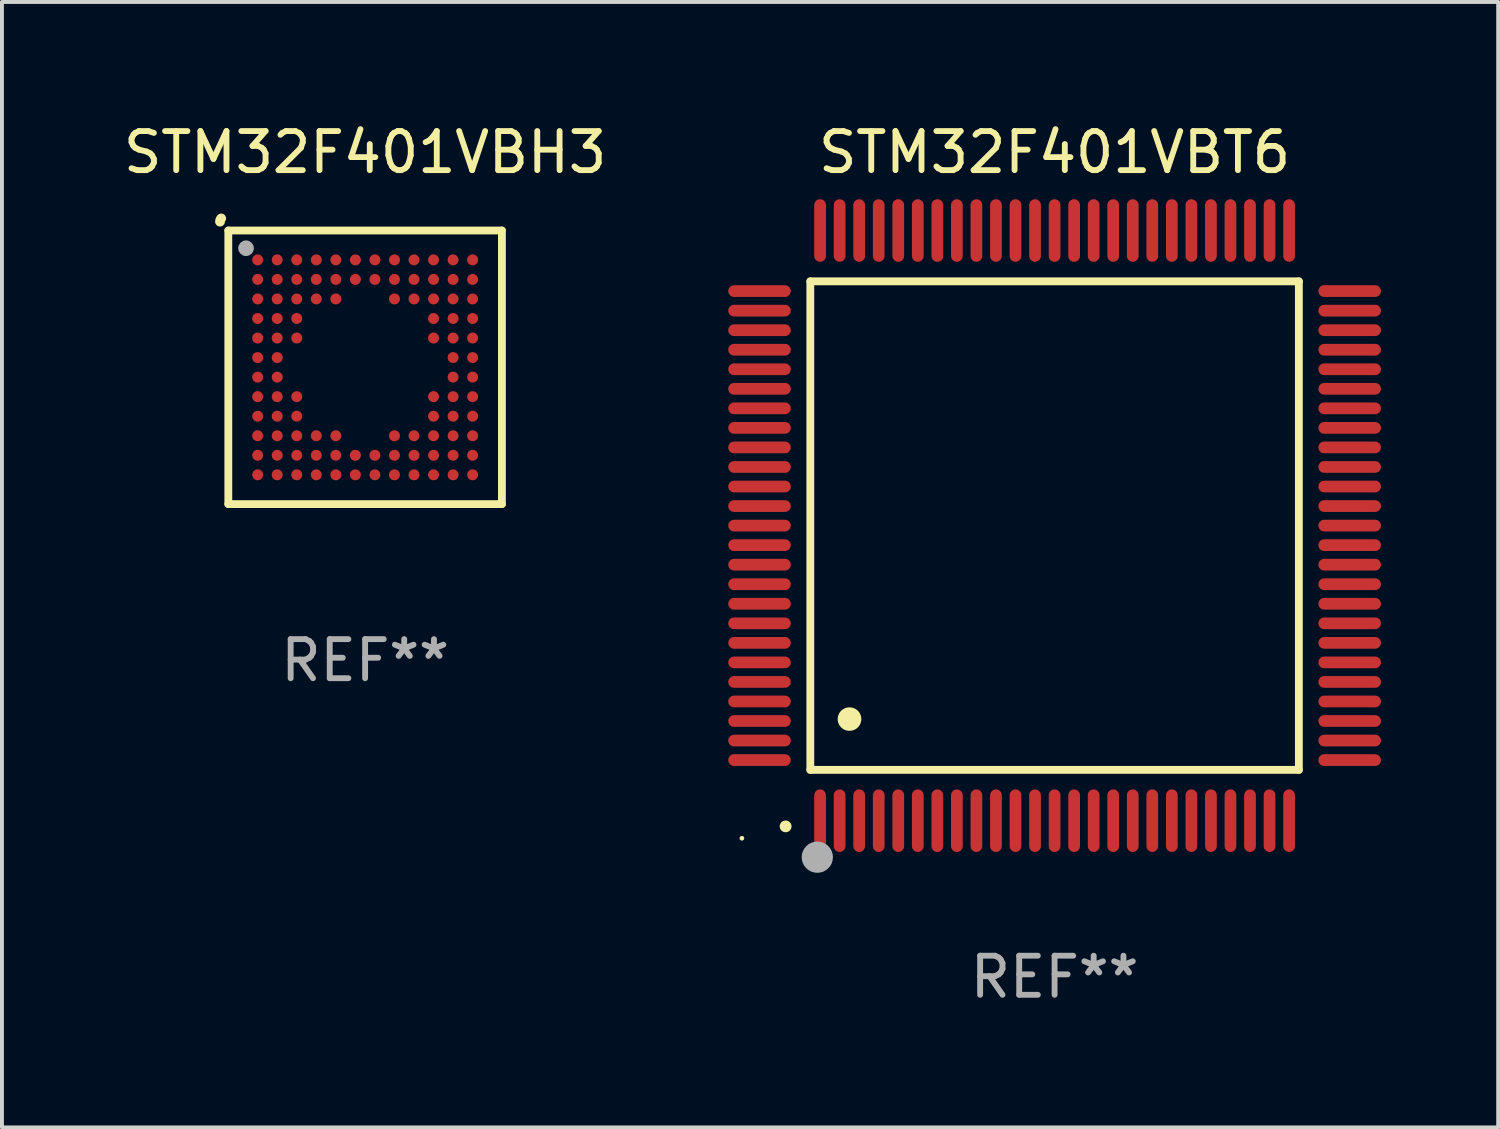
<source format=kicad_pcb>
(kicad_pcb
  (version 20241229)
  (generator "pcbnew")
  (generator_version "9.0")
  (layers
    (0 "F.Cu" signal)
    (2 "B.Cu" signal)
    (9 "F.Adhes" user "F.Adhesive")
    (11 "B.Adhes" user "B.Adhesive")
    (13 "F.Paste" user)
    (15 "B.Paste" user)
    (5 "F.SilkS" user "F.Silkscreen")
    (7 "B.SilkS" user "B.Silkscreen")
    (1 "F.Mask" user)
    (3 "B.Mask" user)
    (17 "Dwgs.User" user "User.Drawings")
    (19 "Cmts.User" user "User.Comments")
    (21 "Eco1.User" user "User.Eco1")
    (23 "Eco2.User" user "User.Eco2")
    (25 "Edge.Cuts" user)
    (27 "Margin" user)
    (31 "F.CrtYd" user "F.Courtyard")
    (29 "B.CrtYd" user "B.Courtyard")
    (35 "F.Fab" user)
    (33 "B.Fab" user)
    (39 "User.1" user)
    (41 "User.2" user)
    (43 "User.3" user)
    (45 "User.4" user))
  (footprint "STM32F401VBH3"
    (layer "F.Cu")
    (at 6.292 6.348)
    (property "Reference" "STM32F401VBH3" (at 0 -5.5 0) (layer "F.SilkS") (effects (font (size 1 1) (thickness 0.15))))
    (attr through_hole)
    (fp_line (start -3.5 -3.5) (end -3.5 3.5) (stroke (width 0.1) (type solid)) (layer "F.SilkS"))
    (fp_line (start -3.5 -3.5) (end -3.5 3.5) (stroke (width 0.2) (type solid)) (layer "F.SilkS"))
    (fp_line (start -3.5 3.5) (end 3.5 3.5) (stroke (width 0.1) (type solid)) (layer "F.SilkS"))
    (fp_line (start -3.5 3.5) (end 3.5 3.5) (stroke (width 0.2) (type solid)) (layer "F.SilkS"))
    (fp_line (start 3.5 -3.5) (end -3.5 -3.5) (stroke (width 0.1) (type solid)) (layer "F.SilkS"))
    (fp_line (start 3.5 -3.5) (end -3.5 -3.5) (stroke (width 0.2) (type solid)) (layer "F.SilkS"))
    (fp_line (start 3.5 3.5) (end 3.5 -3.5) (stroke (width 0.1) (type solid)) (layer "F.SilkS"))
    (fp_line (start 3.5 3.5) (end 3.5 -3.5) (stroke (width 0.2) (type solid)) (layer "F.SilkS"))
    (fp_arc (start -3.712967 -3.72719) (mid -3.705027 -3.770994) (end -3.682233 -3.809233) (stroke (width 0.249936) (type solid)) (layer "F.SilkS"))
    (fp_circle (center -3.499 -3.499) (end -3.469 -3.499) (stroke (width 0.06) (type solid)) (fill no) (layer "F.SilkS"))
    (fp_circle (center -3.047 -3.047) (end -2.947 -3.047) (stroke (width 0.2) (type solid)) (fill no) (layer "F.Fab"))
    (fp_text user "REF**" (at 0 7.5 0) (layer "F.Fab") (effects (font (size 1 1) (thickness 0.15))))
    (pad "A1" smd circle (at -2.749 -2.749) (size 0.28 0.28) (layers "F.Cu" "F.Mask" "F.Paste"))
    (pad "A2" smd circle (at -2.249 -2.749) (size 0.28 0.28) (layers "F.Cu" "F.Mask" "F.Paste"))
    (pad "A3" smd circle (at -1.749 -2.749) (size 0.28 0.28) (layers "F.Cu" "F.Mask" "F.Paste"))
    (pad "A4" smd circle (at -1.249 -2.749) (size 0.28 0.28) (layers "F.Cu" "F.Mask" "F.Paste"))
    (pad "A5" smd circle (at -0.749 -2.749) (size 0.28 0.28) (layers "F.Cu" "F.Mask" "F.Paste"))
    (pad "A6" smd circle (at -0.249 -2.749) (size 0.28 0.28) (layers "F.Cu" "F.Mask" "F.Paste"))
    (pad "A7" smd circle (at 0.251 -2.749) (size 0.28 0.28) (layers "F.Cu" "F.Mask" "F.Paste"))
    (pad "A8" smd circle (at 0.751 -2.749) (size 0.28 0.28) (layers "F.Cu" "F.Mask" "F.Paste"))
    (pad "A9" smd circle (at 1.251 -2.749) (size 0.28 0.28) (layers "F.Cu" "F.Mask" "F.Paste"))
    (pad "A10" smd circle (at 1.751 -2.749) (size 0.28 0.28) (layers "F.Cu" "F.Mask" "F.Paste"))
    (pad "A11" smd circle (at 2.251 -2.749) (size 0.28 0.28) (layers "F.Cu" "F.Mask" "F.Paste"))
    (pad "A12" smd circle (at 2.751 -2.749) (size 0.28 0.28) (layers "F.Cu" "F.Mask" "F.Paste"))
    (pad "B1" smd circle (at -2.749 -2.249) (size 0.28 0.28) (layers "F.Cu" "F.Mask" "F.Paste"))
    (pad "B2" smd circle (at -2.249 -2.249) (size 0.28 0.28) (layers "F.Cu" "F.Mask" "F.Paste"))
    (pad "B3" smd circle (at -1.749 -2.249) (size 0.28 0.28) (layers "F.Cu" "F.Mask" "F.Paste"))
    (pad "B4" smd circle (at -1.249 -2.249) (size 0.28 0.28) (layers "F.Cu" "F.Mask" "F.Paste"))
    (pad "B5" smd circle (at -0.749 -2.249) (size 0.28 0.28) (layers "F.Cu" "F.Mask" "F.Paste"))
    (pad "B6" smd circle (at -0.249 -2.249) (size 0.28 0.28) (layers "F.Cu" "F.Mask" "F.Paste"))
    (pad "B7" smd circle (at 0.251 -2.249) (size 0.28 0.28) (layers "F.Cu" "F.Mask" "F.Paste"))
    (pad "B8" smd circle (at 0.751 -2.249) (size 0.28 0.28) (layers "F.Cu" "F.Mask" "F.Paste"))
    (pad "B9" smd circle (at 1.251 -2.249) (size 0.28 0.28) (layers "F.Cu" "F.Mask" "F.Paste"))
    (pad "B10" smd circle (at 1.751 -2.249) (size 0.28 0.28) (layers "F.Cu" "F.Mask" "F.Paste"))
    (pad "B11" smd circle (at 2.251 -2.249) (size 0.28 0.28) (layers "F.Cu" "F.Mask" "F.Paste"))
    (pad "B12" smd circle (at 2.751 -2.249) (size 0.28 0.28) (layers "F.Cu" "F.Mask" "F.Paste"))
    (pad "C1" smd circle (at -2.749 -1.749) (size 0.28 0.28) (layers "F.Cu" "F.Mask" "F.Paste"))
    (pad "C2" smd circle (at -2.249 -1.749) (size 0.28 0.28) (layers "F.Cu" "F.Mask" "F.Paste"))
    (pad "C3" smd circle (at -1.749 -1.749) (size 0.28 0.28) (layers "F.Cu" "F.Mask" "F.Paste"))
    (pad "C4" smd circle (at -1.249 -1.749) (size 0.28 0.28) (layers "F.Cu" "F.Mask" "F.Paste"))
    (pad "C5" smd circle (at -0.749 -1.749) (size 0.28 0.28) (layers "F.Cu" "F.Mask" "F.Paste"))
    (pad "C8" smd circle (at 0.751 -1.749) (size 0.28 0.28) (layers "F.Cu" "F.Mask" "F.Paste"))
    (pad "C9" smd circle (at 1.251 -1.749) (size 0.28 0.28) (layers "F.Cu" "F.Mask" "F.Paste"))
    (pad "C10" smd circle (at 1.751 -1.749) (size 0.28 0.28) (layers "F.Cu" "F.Mask" "F.Paste"))
    (pad "C11" smd circle (at 2.251 -1.749) (size 0.28 0.28) (layers "F.Cu" "F.Mask" "F.Paste"))
    (pad "C12" smd circle (at 2.751 -1.749) (size 0.28 0.28) (layers "F.Cu" "F.Mask" "F.Paste"))
    (pad "D1" smd circle (at -2.749 -1.249) (size 0.28 0.28) (layers "F.Cu" "F.Mask" "F.Paste"))
    (pad "D2" smd circle (at -2.249 -1.249) (size 0.28 0.28) (layers "F.Cu" "F.Mask" "F.Paste"))
    (pad "D3" smd circle (at -1.749 -1.249) (size 0.28 0.28) (layers "F.Cu" "F.Mask" "F.Paste"))
    (pad "D10" smd circle (at 1.751 -1.249) (size 0.28 0.28) (layers "F.Cu" "F.Mask" "F.Paste"))
    (pad "D11" smd circle (at 2.251 -1.249) (size 0.28 0.28) (layers "F.Cu" "F.Mask" "F.Paste"))
    (pad "D12" smd circle (at 2.751 -1.249) (size 0.28 0.28) (layers "F.Cu" "F.Mask" "F.Paste"))
    (pad "E1" smd circle (at -2.749 -0.749) (size 0.28 0.28) (layers "F.Cu" "F.Mask" "F.Paste"))
    (pad "E2" smd circle (at -2.249 -0.749) (size 0.28 0.28) (layers "F.Cu" "F.Mask" "F.Paste"))
    (pad "E3" smd circle (at -1.749 -0.749) (size 0.28 0.28) (layers "F.Cu" "F.Mask" "F.Paste"))
    (pad "E10" smd circle (at 1.751 -0.749) (size 0.28 0.28) (layers "F.Cu" "F.Mask" "F.Paste"))
    (pad "E11" smd circle (at 2.251 -0.749) (size 0.28 0.28) (layers "F.Cu" "F.Mask" "F.Paste"))
    (pad "E12" smd circle (at 2.751 -0.749) (size 0.28 0.28) (layers "F.Cu" "F.Mask" "F.Paste"))
    (pad "F1" smd circle (at -2.749 -0.249) (size 0.28 0.28) (layers "F.Cu" "F.Mask" "F.Paste"))
    (pad "F2" smd circle (at -2.249 -0.249) (size 0.28 0.28) (layers "F.Cu" "F.Mask" "F.Paste"))
    (pad "F11" smd circle (at 2.251 -0.249) (size 0.28 0.28) (layers "F.Cu" "F.Mask" "F.Paste"))
    (pad "F12" smd circle (at 2.751 -0.249) (size 0.28 0.28) (layers "F.Cu" "F.Mask" "F.Paste"))
    (pad "G1" smd circle (at -2.749 0.251) (size 0.28 0.28) (layers "F.Cu" "F.Mask" "F.Paste"))
    (pad "G2" smd circle (at -2.249 0.251) (size 0.28 0.28) (layers "F.Cu" "F.Mask" "F.Paste"))
    (pad "G11" smd circle (at 2.251 0.251) (size 0.28 0.28) (layers "F.Cu" "F.Mask" "F.Paste"))
    (pad "G12" smd circle (at 2.751 0.251) (size 0.28 0.28) (layers "F.Cu" "F.Mask" "F.Paste"))
    (pad "H1" smd circle (at -2.749 0.751) (size 0.28 0.28) (layers "F.Cu" "F.Mask" "F.Paste"))
    (pad "H2" smd circle (at -2.249 0.751) (size 0.28 0.28) (layers "F.Cu" "F.Mask" "F.Paste"))
    (pad "H3" smd circle (at -1.749 0.751) (size 0.28 0.28) (layers "F.Cu" "F.Mask" "F.Paste"))
    (pad "H10" smd circle (at 1.751 0.751) (size 0.28 0.28) (layers "F.Cu" "F.Mask" "F.Paste"))
    (pad "H11" smd circle (at 2.251 0.751) (size 0.28 0.28) (layers "F.Cu" "F.Mask" "F.Paste"))
    (pad "H12" smd circle (at 2.751 0.751) (size 0.28 0.28) (layers "F.Cu" "F.Mask" "F.Paste"))
    (pad "J1" smd circle (at -2.749 1.251) (size 0.28 0.28) (layers "F.Cu" "F.Mask" "F.Paste"))
    (pad "J2" smd circle (at -2.249 1.251) (size 0.28 0.28) (layers "F.Cu" "F.Mask" "F.Paste"))
    (pad "J3" smd circle (at -1.749 1.251) (size 0.28 0.28) (layers "F.Cu" "F.Mask" "F.Paste"))
    (pad "J10" smd circle (at 1.751 1.251) (size 0.28 0.28) (layers "F.Cu" "F.Mask" "F.Paste"))
    (pad "J11" smd circle (at 2.251 1.251) (size 0.28 0.28) (layers "F.Cu" "F.Mask" "F.Paste"))
    (pad "J12" smd circle (at 2.751 1.251) (size 0.28 0.28) (layers "F.Cu" "F.Mask" "F.Paste"))
    (pad "K1" smd circle (at -2.749 1.751) (size 0.28 0.28) (layers "F.Cu" "F.Mask" "F.Paste"))
    (pad "K2" smd circle (at -2.249 1.751) (size 0.28 0.28) (layers "F.Cu" "F.Mask" "F.Paste"))
    (pad "K3" smd circle (at -1.749 1.751) (size 0.28 0.28) (layers "F.Cu" "F.Mask" "F.Paste"))
    (pad "K4" smd circle (at -1.249 1.751) (size 0.28 0.28) (layers "F.Cu" "F.Mask" "F.Paste"))
    (pad "K5" smd circle (at -0.749 1.751) (size 0.28 0.28) (layers "F.Cu" "F.Mask" "F.Paste"))
    (pad "K8" smd circle (at 0.751 1.751) (size 0.28 0.28) (layers "F.Cu" "F.Mask" "F.Paste"))
    (pad "K9" smd circle (at 1.251 1.751) (size 0.28 0.28) (layers "F.Cu" "F.Mask" "F.Paste"))
    (pad "K10" smd circle (at 1.751 1.751) (size 0.28 0.28) (layers "F.Cu" "F.Mask" "F.Paste"))
    (pad "K11" smd circle (at 2.251 1.751) (size 0.28 0.28) (layers "F.Cu" "F.Mask" "F.Paste"))
    (pad "K12" smd circle (at 2.751 1.751) (size 0.28 0.28) (layers "F.Cu" "F.Mask" "F.Paste"))
    (pad "L1" smd circle (at -2.749 2.251) (size 0.28 0.28) (layers "F.Cu" "F.Mask" "F.Paste"))
    (pad "L2" smd circle (at -2.249 2.251) (size 0.28 0.28) (layers "F.Cu" "F.Mask" "F.Paste"))
    (pad "L3" smd circle (at -1.749 2.251) (size 0.28 0.28) (layers "F.Cu" "F.Mask" "F.Paste"))
    (pad "L4" smd circle (at -1.249 2.251) (size 0.28 0.28) (layers "F.Cu" "F.Mask" "F.Paste"))
    (pad "L5" smd circle (at -0.749 2.251) (size 0.28 0.28) (layers "F.Cu" "F.Mask" "F.Paste"))
    (pad "L6" smd circle (at -0.249 2.251) (size 0.28 0.28) (layers "F.Cu" "F.Mask" "F.Paste"))
    (pad "L7" smd circle (at 0.251 2.251) (size 0.28 0.28) (layers "F.Cu" "F.Mask" "F.Paste"))
    (pad "L8" smd circle (at 0.751 2.251) (size 0.28 0.28) (layers "F.Cu" "F.Mask" "F.Paste"))
    (pad "L9" smd circle (at 1.251 2.251) (size 0.28 0.28) (layers "F.Cu" "F.Mask" "F.Paste"))
    (pad "L10" smd circle (at 1.751 2.251) (size 0.28 0.28) (layers "F.Cu" "F.Mask" "F.Paste"))
    (pad "L11" smd circle (at 2.251 2.251) (size 0.28 0.28) (layers "F.Cu" "F.Mask" "F.Paste"))
    (pad "L12" smd circle (at 2.751 2.251) (size 0.28 0.28) (layers "F.Cu" "F.Mask" "F.Paste"))
    (pad "M1" smd circle (at -2.749 2.751) (size 0.28 0.28) (layers "F.Cu" "F.Mask" "F.Paste"))
    (pad "M2" smd circle (at -2.249 2.751) (size 0.28 0.28) (layers "F.Cu" "F.Mask" "F.Paste"))
    (pad "M3" smd circle (at -1.749 2.751) (size 0.28 0.28) (layers "F.Cu" "F.Mask" "F.Paste"))
    (pad "M4" smd circle (at -1.249 2.751) (size 0.28 0.28) (layers "F.Cu" "F.Mask" "F.Paste"))
    (pad "M5" smd circle (at -0.749 2.751) (size 0.28 0.28) (layers "F.Cu" "F.Mask" "F.Paste"))
    (pad "M6" smd circle (at -0.249 2.751) (size 0.28 0.28) (layers "F.Cu" "F.Mask" "F.Paste"))
    (pad "M7" smd circle (at 0.251 2.751) (size 0.28 0.28) (layers "F.Cu" "F.Mask" "F.Paste"))
    (pad "M8" smd circle (at 0.751 2.751) (size 0.28 0.28) (layers "F.Cu" "F.Mask" "F.Paste"))
    (pad "M9" smd circle (at 1.251 2.751) (size 0.28 0.28) (layers "F.Cu" "F.Mask" "F.Paste"))
    (pad "M10" smd circle (at 1.751 2.751) (size 0.28 0.28) (layers "F.Cu" "F.Mask" "F.Paste"))
    (pad "M11" smd circle (at 2.251 2.751) (size 0.28 0.28) (layers "F.Cu" "F.Mask" "F.Paste"))
    (pad "M12" smd circle (at 2.751 2.751) (size 0.28 0.28) (layers "F.Cu" "F.Mask" "F.Paste")))
  (footprint "STM32F401VBT6"
    (layer "F.Cu")
    (at 23.933 10.398)
    (property "Reference" "STM32F401VBT6" (at 0 -9.55 0) (layer "F.SilkS") (effects (font (size 1 1) (thickness 0.15))))
    (attr through_hole)
    (fp_line (start -6.25 -6.25) (end -6.25 6.25) (stroke (width 0.2) (type solid)) (layer "F.SilkS"))
    (fp_line (start -6.25 6.25) (end 6.25 6.25) (stroke (width 0.2) (type solid)) (layer "F.SilkS"))
    (fp_line (start 6.25 -6.25) (end -6.25 -6.25) (stroke (width 0.2) (type solid)) (layer "F.SilkS"))
    (fp_line (start 6.25 6.25) (end 6.25 -6.25) (stroke (width 0.2) (type solid)) (layer "F.SilkS"))
    (fp_arc (start -6.883414 7.696215) (mid -6.882144 7.69621) (end -6.880874 7.696215) (stroke (width 0.3) (type solid)) (layer "F.SilkS"))
    (fp_arc (start -5.250191 4.95047) (mid -5.247651 4.950459) (end -5.245111 4.95047) (stroke (width 0.6) (type solid)) (layer "F.SilkS"))
    (fp_circle (center -8 8) (end -7.97 8) (stroke (width 0.06) (type solid)) (fill no) (layer "F.SilkS"))
    (fp_circle (center -6.071 8.484) (end -5.871 8.484) (stroke (width 0.4) (type solid)) (fill no) (layer "F.Fab"))
    (fp_text user "REF**" (at 0 11.55 0) (layer "F.Fab") (effects (font (size 1 1) (thickness 0.15))))
    (pad "1" smd oval (at -6 7.55) (size 0.3 1.6) (layers "F.Cu" "F.Mask" "F.Paste"))
    (pad "2" smd oval (at -5.5 7.55) (size 0.3 1.6) (layers "F.Cu" "F.Mask" "F.Paste"))
    (pad "3" smd oval (at -5 7.55) (size 0.3 1.6) (layers "F.Cu" "F.Mask" "F.Paste"))
    (pad "4" smd oval (at -4.5 7.55) (size 0.3 1.6) (layers "F.Cu" "F.Mask" "F.Paste"))
    (pad "5" smd oval (at -4 7.55) (size 0.3 1.6) (layers "F.Cu" "F.Mask" "F.Paste"))
    (pad "6" smd oval (at -3.5 7.55) (size 0.3 1.6) (layers "F.Cu" "F.Mask" "F.Paste"))
    (pad "7" smd oval (at -3 7.55) (size 0.3 1.6) (layers "F.Cu" "F.Mask" "F.Paste"))
    (pad "8" smd oval (at -2.5 7.55) (size 0.3 1.6) (layers "F.Cu" "F.Mask" "F.Paste"))
    (pad "9" smd oval (at -2 7.55) (size 0.3 1.6) (layers "F.Cu" "F.Mask" "F.Paste"))
    (pad "10" smd oval (at -1.5 7.55) (size 0.3 1.6) (layers "F.Cu" "F.Mask" "F.Paste"))
    (pad "11" smd oval (at -1 7.55) (size 0.3 1.6) (layers "F.Cu" "F.Mask" "F.Paste"))
    (pad "12" smd oval (at -0.5 7.55) (size 0.3 1.6) (layers "F.Cu" "F.Mask" "F.Paste"))
    (pad "13" smd oval (at 0 7.55) (size 0.3 1.6) (layers "F.Cu" "F.Mask" "F.Paste"))
    (pad "14" smd oval (at 0.5 7.55) (size 0.3 1.6) (layers "F.Cu" "F.Mask" "F.Paste"))
    (pad "15" smd oval (at 1 7.55) (size 0.3 1.6) (layers "F.Cu" "F.Mask" "F.Paste"))
    (pad "16" smd oval (at 1.5 7.55) (size 0.3 1.6) (layers "F.Cu" "F.Mask" "F.Paste"))
    (pad "17" smd oval (at 2 7.55) (size 0.3 1.6) (layers "F.Cu" "F.Mask" "F.Paste"))
    (pad "18" smd oval (at 2.5 7.55) (size 0.3 1.6) (layers "F.Cu" "F.Mask" "F.Paste"))
    (pad "19" smd oval (at 3 7.55) (size 0.3 1.6) (layers "F.Cu" "F.Mask" "F.Paste"))
    (pad "20" smd oval (at 3.5 7.55) (size 0.3 1.6) (layers "F.Cu" "F.Mask" "F.Paste"))
    (pad "21" smd oval (at 4 7.55) (size 0.3 1.6) (layers "F.Cu" "F.Mask" "F.Paste"))
    (pad "22" smd oval (at 4.5 7.55) (size 0.3 1.6) (layers "F.Cu" "F.Mask" "F.Paste"))
    (pad "23" smd oval (at 5 7.55) (size 0.3 1.6) (layers "F.Cu" "F.Mask" "F.Paste"))
    (pad "24" smd oval (at 5.5 7.55) (size 0.3 1.6) (layers "F.Cu" "F.Mask" "F.Paste"))
    (pad "25" smd oval (at 6 7.55) (size 0.3 1.6) (layers "F.Cu" "F.Mask" "F.Paste"))
    (pad "26" smd oval (at 7.55 6) (size 1.6 0.3) (layers "F.Cu" "F.Mask" "F.Paste"))
    (pad "27" smd oval (at 7.55 5.5) (size 1.6 0.3) (layers "F.Cu" "F.Mask" "F.Paste"))
    (pad "28" smd oval (at 7.55 5) (size 1.6 0.3) (layers "F.Cu" "F.Mask" "F.Paste"))
    (pad "29" smd oval (at 7.55 4.5) (size 1.6 0.3) (layers "F.Cu" "F.Mask" "F.Paste"))
    (pad "30" smd oval (at 7.55 4) (size 1.6 0.3) (layers "F.Cu" "F.Mask" "F.Paste"))
    (pad "31" smd oval (at 7.55 3.5) (size 1.6 0.3) (layers "F.Cu" "F.Mask" "F.Paste"))
    (pad "32" smd oval (at 7.55 3) (size 1.6 0.3) (layers "F.Cu" "F.Mask" "F.Paste"))
    (pad "33" smd oval (at 7.55 2.5) (size 1.6 0.3) (layers "F.Cu" "F.Mask" "F.Paste"))
    (pad "34" smd oval (at 7.55 2) (size 1.6 0.3) (layers "F.Cu" "F.Mask" "F.Paste"))
    (pad "35" smd oval (at 7.55 1.5) (size 1.6 0.3) (layers "F.Cu" "F.Mask" "F.Paste"))
    (pad "36" smd oval (at 7.55 1) (size 1.6 0.3) (layers "F.Cu" "F.Mask" "F.Paste"))
    (pad "37" smd oval (at 7.55 0.5) (size 1.6 0.3) (layers "F.Cu" "F.Mask" "F.Paste"))
    (pad "38" smd oval (at 7.55 0) (size 1.6 0.3) (layers "F.Cu" "F.Mask" "F.Paste"))
    (pad "39" smd oval (at 7.55 -0.5) (size 1.6 0.3) (layers "F.Cu" "F.Mask" "F.Paste"))
    (pad "40" smd oval (at 7.55 -1) (size 1.6 0.3) (layers "F.Cu" "F.Mask" "F.Paste"))
    (pad "41" smd oval (at 7.55 -1.5) (size 1.6 0.3) (layers "F.Cu" "F.Mask" "F.Paste"))
    (pad "42" smd oval (at 7.55 -2) (size 1.6 0.3) (layers "F.Cu" "F.Mask" "F.Paste"))
    (pad "43" smd oval (at 7.55 -2.5) (size 1.6 0.3) (layers "F.Cu" "F.Mask" "F.Paste"))
    (pad "44" smd oval (at 7.55 -3) (size 1.6 0.3) (layers "F.Cu" "F.Mask" "F.Paste"))
    (pad "45" smd oval (at 7.55 -3.5) (size 1.6 0.3) (layers "F.Cu" "F.Mask" "F.Paste"))
    (pad "46" smd oval (at 7.55 -4) (size 1.6 0.3) (layers "F.Cu" "F.Mask" "F.Paste"))
    (pad "47" smd oval (at 7.55 -4.5) (size 1.6 0.3) (layers "F.Cu" "F.Mask" "F.Paste"))
    (pad "48" smd oval (at 7.55 -5) (size 1.6 0.3) (layers "F.Cu" "F.Mask" "F.Paste"))
    (pad "49" smd oval (at 7.55 -5.5) (size 1.6 0.3) (layers "F.Cu" "F.Mask" "F.Paste"))
    (pad "50" smd oval (at 7.55 -6) (size 1.6 0.3) (layers "F.Cu" "F.Mask" "F.Paste"))
    (pad "51" smd oval (at 6 -7.55) (size 0.3 1.6) (layers "F.Cu" "F.Mask" "F.Paste"))
    (pad "52" smd oval (at 5.5 -7.55) (size 0.3 1.6) (layers "F.Cu" "F.Mask" "F.Paste"))
    (pad "53" smd oval (at 5 -7.55) (size 0.3 1.6) (layers "F.Cu" "F.Mask" "F.Paste"))
    (pad "54" smd oval (at 4.5 -7.55) (size 0.3 1.6) (layers "F.Cu" "F.Mask" "F.Paste"))
    (pad "55" smd oval (at 4 -7.55) (size 0.3 1.6) (layers "F.Cu" "F.Mask" "F.Paste"))
    (pad "56" smd oval (at 3.5 -7.55) (size 0.3 1.6) (layers "F.Cu" "F.Mask" "F.Paste"))
    (pad "57" smd oval (at 3 -7.55) (size 0.3 1.6) (layers "F.Cu" "F.Mask" "F.Paste"))
    (pad "58" smd oval (at 2.5 -7.55) (size 0.3 1.6) (layers "F.Cu" "F.Mask" "F.Paste"))
    (pad "59" smd oval (at 2 -7.55) (size 0.3 1.6) (layers "F.Cu" "F.Mask" "F.Paste"))
    (pad "60" smd oval (at 1.5 -7.55) (size 0.3 1.6) (layers "F.Cu" "F.Mask" "F.Paste"))
    (pad "61" smd oval (at 1 -7.55) (size 0.3 1.6) (layers "F.Cu" "F.Mask" "F.Paste"))
    (pad "62" smd oval (at 0.5 -7.55) (size 0.3 1.6) (layers "F.Cu" "F.Mask" "F.Paste"))
    (pad "63" smd oval (at 0 -7.55) (size 0.3 1.6) (layers "F.Cu" "F.Mask" "F.Paste"))
    (pad "64" smd oval (at -0.5 -7.55) (size 0.3 1.6) (layers "F.Cu" "F.Mask" "F.Paste"))
    (pad "65" smd oval (at -1 -7.55) (size 0.3 1.6) (layers "F.Cu" "F.Mask" "F.Paste"))
    (pad "66" smd oval (at -1.5 -7.55) (size 0.3 1.6) (layers "F.Cu" "F.Mask" "F.Paste"))
    (pad "67" smd oval (at -2 -7.55) (size 0.3 1.6) (layers "F.Cu" "F.Mask" "F.Paste"))
    (pad "68" smd oval (at -2.5 -7.55) (size 0.3 1.6) (layers "F.Cu" "F.Mask" "F.Paste"))
    (pad "69" smd oval (at -3 -7.55) (size 0.3 1.6) (layers "F.Cu" "F.Mask" "F.Paste"))
    (pad "70" smd oval (at -3.5 -7.55) (size 0.3 1.6) (layers "F.Cu" "F.Mask" "F.Paste"))
    (pad "71" smd oval (at -4 -7.55) (size 0.3 1.6) (layers "F.Cu" "F.Mask" "F.Paste"))
    (pad "72" smd oval (at -4.5 -7.55) (size 0.3 1.6) (layers "F.Cu" "F.Mask" "F.Paste"))
    (pad "73" smd oval (at -5 -7.55) (size 0.3 1.6) (layers "F.Cu" "F.Mask" "F.Paste"))
    (pad "74" smd oval (at -5.5 -7.55) (size 0.3 1.6) (layers "F.Cu" "F.Mask" "F.Paste"))
    (pad "75" smd oval (at -6 -7.55) (size 0.3 1.6) (layers "F.Cu" "F.Mask" "F.Paste"))
    (pad "76" smd oval (at -7.55 -6) (size 1.6 0.3) (layers "F.Cu" "F.Mask" "F.Paste"))
    (pad "77" smd oval (at -7.55 -5.5) (size 1.6 0.3) (layers "F.Cu" "F.Mask" "F.Paste"))
    (pad "78" smd oval (at -7.55 -5) (size 1.6 0.3) (layers "F.Cu" "F.Mask" "F.Paste"))
    (pad "79" smd oval (at -7.55 -4.5) (size 1.6 0.3) (layers "F.Cu" "F.Mask" "F.Paste"))
    (pad "80" smd oval (at -7.55 -4) (size 1.6 0.3) (layers "F.Cu" "F.Mask" "F.Paste"))
    (pad "81" smd oval (at -7.55 -3.5) (size 1.6 0.3) (layers "F.Cu" "F.Mask" "F.Paste"))
    (pad "82" smd oval (at -7.55 -3) (size 1.6 0.3) (layers "F.Cu" "F.Mask" "F.Paste"))
    (pad "83" smd oval (at -7.55 -2.5) (size 1.6 0.3) (layers "F.Cu" "F.Mask" "F.Paste"))
    (pad "84" smd oval (at -7.55 -2) (size 1.6 0.3) (layers "F.Cu" "F.Mask" "F.Paste"))
    (pad "85" smd oval (at -7.55 -1.5) (size 1.6 0.3) (layers "F.Cu" "F.Mask" "F.Paste"))
    (pad "86" smd oval (at -7.55 -1) (size 1.6 0.3) (layers "F.Cu" "F.Mask" "F.Paste"))
    (pad "87" smd oval (at -7.55 -0.5) (size 1.6 0.3) (layers "F.Cu" "F.Mask" "F.Paste"))
    (pad "88" smd oval (at -7.55 0) (size 1.6 0.3) (layers "F.Cu" "F.Mask" "F.Paste"))
    (pad "89" smd oval (at -7.55 0.5) (size 1.6 0.3) (layers "F.Cu" "F.Mask" "F.Paste"))
    (pad "90" smd oval (at -7.55 1) (size 1.6 0.3) (layers "F.Cu" "F.Mask" "F.Paste"))
    (pad "91" smd oval (at -7.55 1.5) (size 1.6 0.3) (layers "F.Cu" "F.Mask" "F.Paste"))
    (pad "92" smd oval (at -7.55 2) (size 1.6 0.3) (layers "F.Cu" "F.Mask" "F.Paste"))
    (pad "93" smd oval (at -7.55 2.5) (size 1.6 0.3) (layers "F.Cu" "F.Mask" "F.Paste"))
    (pad "94" smd oval (at -7.55 3) (size 1.6 0.3) (layers "F.Cu" "F.Mask" "F.Paste"))
    (pad "95" smd oval (at -7.55 3.5) (size 1.6 0.3) (layers "F.Cu" "F.Mask" "F.Paste"))
    (pad "96" smd oval (at -7.55 4) (size 1.6 0.3) (layers "F.Cu" "F.Mask" "F.Paste"))
    (pad "97" smd oval (at -7.55 4.5) (size 1.6 0.3) (layers "F.Cu" "F.Mask" "F.Paste"))
    (pad "98" smd oval (at -7.55 5) (size 1.6 0.3) (layers "F.Cu" "F.Mask" "F.Paste"))
    (pad "99" smd oval (at -7.55 5.5) (size 1.6 0.3) (layers "F.Cu" "F.Mask" "F.Paste"))
    (pad "100" smd oval (at -7.55 6) (size 1.6 0.3) (layers "F.Cu" "F.Mask" "F.Paste")))
  (gr_rect
    (start -3 -3)
    (end 35.283 25.796)
    (stroke (width 0.1) (type default))
    (fill no)
    (layer "Edge.Cuts")))
</source>
